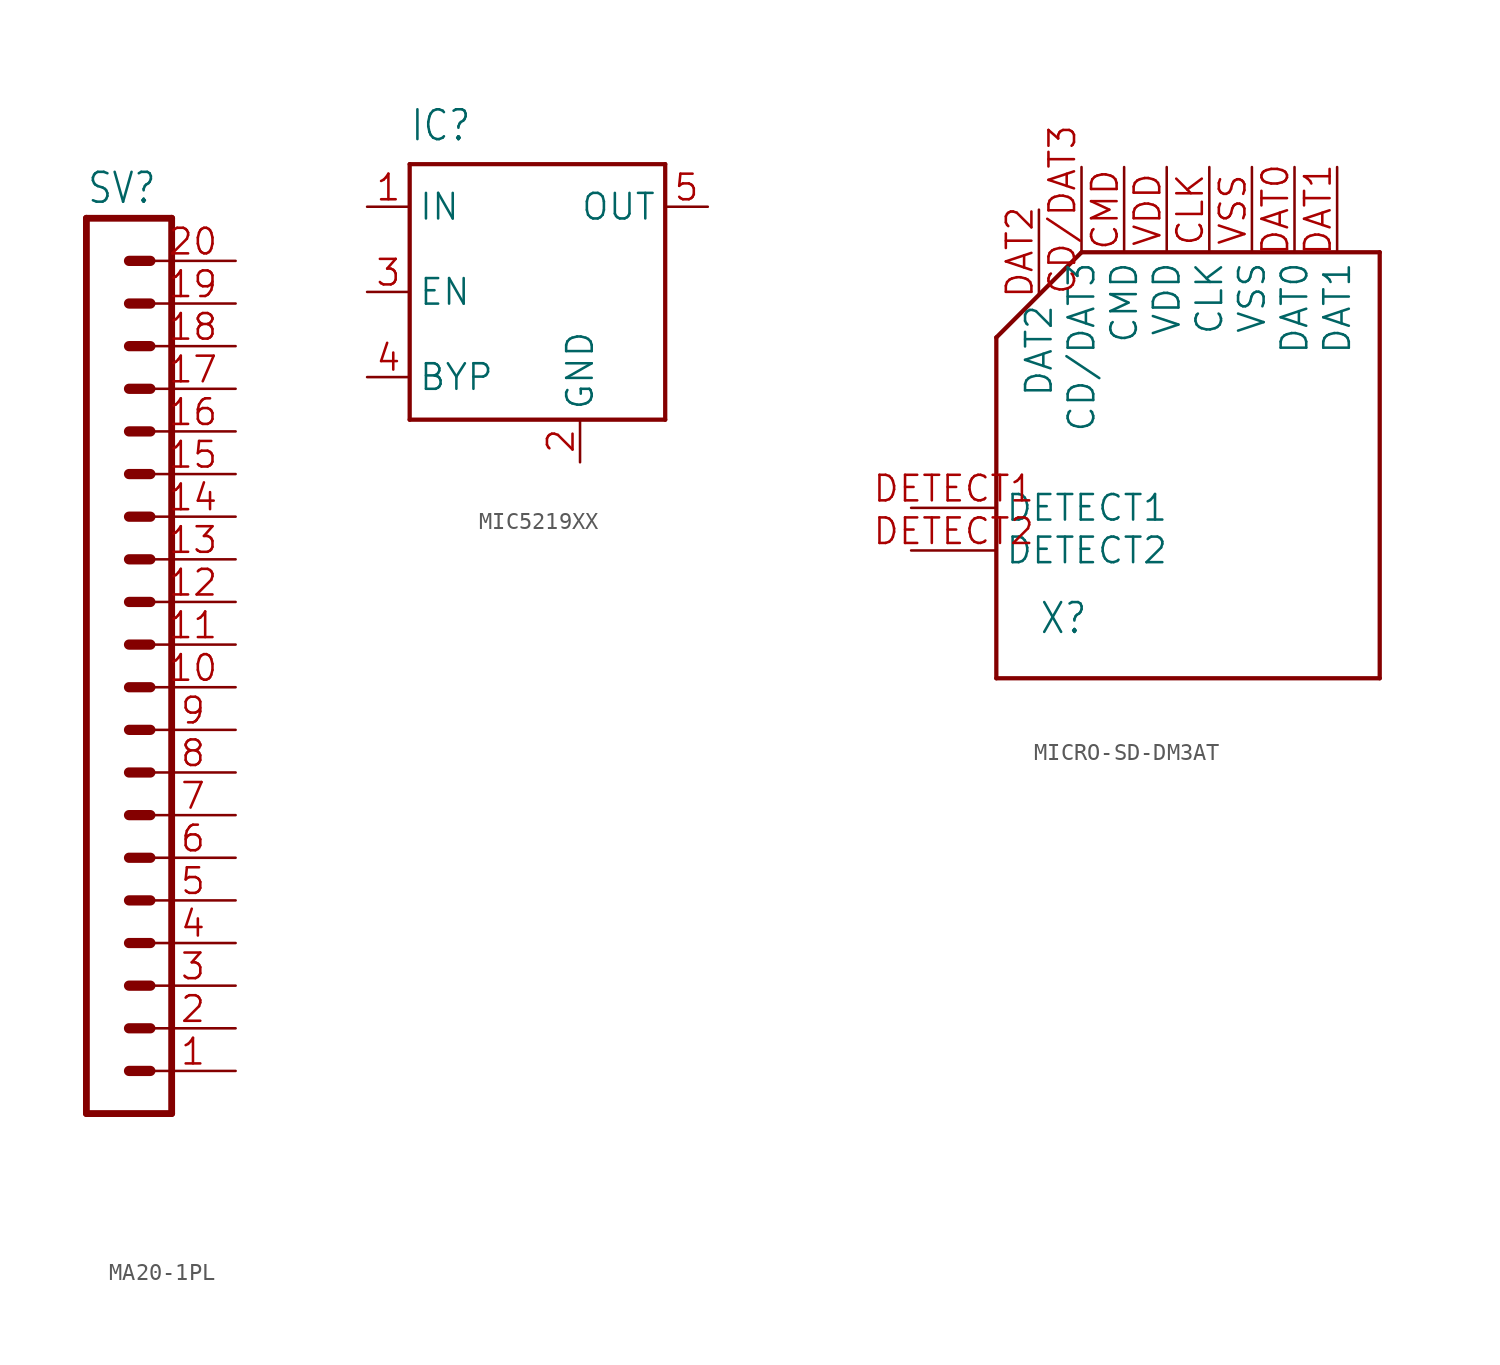
<source format=kicad_sym>
(kicad_symbol_lib
  (version 20241209)
  (generator "kicad_symbol_editor")
  (generator_version "9.0")
  (symbol "MA20-1PL"
    (property "Reference" "SV"
      (at -1.27 28.702 0)
      (effects (font (size 1.778 1.511)) (justify left bottom)))
    (property "Value" ""
      (at -1.27 -27.94 0)
      (effects (font (size 1.778 1.511)) (justify left bottom)))
    (property "ki_locked" ""
      (at 0 0 0)
      (effects (font (size 1.27 1.27))))
    (symbol "MA20-1PL_1_0"
      (polyline (pts (xy -1.27 27.94) (xy -1.27 -25.4)) (stroke (width 0.406) (type solid)) (fill (type none)))
      (polyline (pts (xy -1.27 27.94) (xy 3.81 27.94)) (stroke (width 0.406) (type solid)) (fill (type none)))
      (polyline (pts (xy 1.27 25.4) (xy 2.54 25.4)) (stroke (width 0.61) (type solid)) (fill (type none)))
      (polyline (pts (xy 1.27 22.86) (xy 2.54 22.86)) (stroke (width 0.61) (type solid)) (fill (type none)))
      (polyline (pts (xy 1.27 20.32) (xy 2.54 20.32)) (stroke (width 0.61) (type solid)) (fill (type none)))
      (polyline (pts (xy 1.27 17.78) (xy 2.54 17.78)) (stroke (width 0.61) (type solid)) (fill (type none)))
      (polyline (pts (xy 1.27 15.24) (xy 2.54 15.24)) (stroke (width 0.61) (type solid)) (fill (type none)))
      (polyline (pts (xy 1.27 12.7) (xy 2.54 12.7)) (stroke (width 0.61) (type solid)) (fill (type none)))
      (polyline (pts (xy 1.27 10.16) (xy 2.54 10.16)) (stroke (width 0.61) (type solid)) (fill (type none)))
      (polyline (pts (xy 1.27 7.62) (xy 2.54 7.62)) (stroke (width 0.61) (type solid)) (fill (type none)))
      (polyline (pts (xy 1.27 5.08) (xy 2.54 5.08)) (stroke (width 0.61) (type solid)) (fill (type none)))
      (polyline (pts (xy 1.27 2.54) (xy 2.54 2.54)) (stroke (width 0.61) (type solid)) (fill (type none)))
      (polyline (pts (xy 1.27 0) (xy 2.54 0)) (stroke (width 0.61) (type solid)) (fill (type none)))
      (polyline (pts (xy 1.27 -2.54) (xy 2.54 -2.54)) (stroke (width 0.61) (type solid)) (fill (type none)))
      (polyline (pts (xy 1.27 -5.08) (xy 2.54 -5.08)) (stroke (width 0.61) (type solid)) (fill (type none)))
      (polyline (pts (xy 1.27 -7.62) (xy 2.54 -7.62)) (stroke (width 0.61) (type solid)) (fill (type none)))
      (polyline (pts (xy 1.27 -10.16) (xy 2.54 -10.16)) (stroke (width 0.61) (type solid)) (fill (type none)))
      (polyline (pts (xy 1.27 -12.7) (xy 2.54 -12.7)) (stroke (width 0.61) (type solid)) (fill (type none)))
      (polyline (pts (xy 1.27 -15.24) (xy 2.54 -15.24)) (stroke (width 0.61) (type solid)) (fill (type none)))
      (polyline (pts (xy 1.27 -17.78) (xy 2.54 -17.78)) (stroke (width 0.61) (type solid)) (fill (type none)))
      (polyline (pts (xy 1.27 -20.32) (xy 2.54 -20.32)) (stroke (width 0.61) (type solid)) (fill (type none)))
      (polyline (pts (xy 1.27 -22.86) (xy 2.54 -22.86)) (stroke (width 0.61) (type solid)) (fill (type none)))
      (polyline (pts (xy 3.81 -25.4) (xy -1.27 -25.4)) (stroke (width 0.406) (type solid)) (fill (type none)))
      (polyline (pts (xy 3.81 -25.4) (xy 3.81 27.94)) (stroke (width 0.406) (type solid)) (fill (type none)))
      (pin passive line (at 7.62 25.4 180) (length 5.08) (name "20" (effects (font (size 0 0)))) (number "20" (effects (font (size 1.524 1.524)))))
      (pin passive line (at 7.62 22.86 180) (length 5.08) (name "19" (effects (font (size 0 0)))) (number "19" (effects (font (size 1.524 1.524)))))
      (pin passive line (at 7.62 20.32 180) (length 5.08) (name "18" (effects (font (size 0 0)))) (number "18" (effects (font (size 1.524 1.524)))))
      (pin passive line (at 7.62 17.78 180) (length 5.08) (name "17" (effects (font (size 0 0)))) (number "17" (effects (font (size 1.524 1.524)))))
      (pin passive line (at 7.62 15.24 180) (length 5.08) (name "16" (effects (font (size 0 0)))) (number "16" (effects (font (size 1.524 1.524)))))
      (pin passive line (at 7.62 12.7 180) (length 5.08) (name "15" (effects (font (size 0 0)))) (number "15" (effects (font (size 1.524 1.524)))))
      (pin passive line (at 7.62 10.16 180) (length 5.08) (name "14" (effects (font (size 0 0)))) (number "14" (effects (font (size 1.524 1.524)))))
      (pin passive line (at 7.62 7.62 180) (length 5.08) (name "13" (effects (font (size 0 0)))) (number "13" (effects (font (size 1.524 1.524)))))
      (pin passive line (at 7.62 5.08 180) (length 5.08) (name "12" (effects (font (size 0 0)))) (number "12" (effects (font (size 1.524 1.524)))))
      (pin passive line (at 7.62 2.54 180) (length 5.08) (name "11" (effects (font (size 0 0)))) (number "11" (effects (font (size 1.524 1.524)))))
      (pin passive line (at 7.62 0 180) (length 5.08) (name "10" (effects (font (size 0 0)))) (number "10" (effects (font (size 1.524 1.524)))))
      (pin passive line (at 7.62 -2.54 180) (length 5.08) (name "9" (effects (font (size 0 0)))) (number "9" (effects (font (size 1.524 1.524)))))
      (pin passive line (at 7.62 -5.08 180) (length 5.08) (name "8" (effects (font (size 0 0)))) (number "8" (effects (font (size 1.524 1.524)))))
      (pin passive line (at 7.62 -7.62 180) (length 5.08) (name "7" (effects (font (size 0 0)))) (number "7" (effects (font (size 1.524 1.524)))))
      (pin passive line (at 7.62 -10.16 180) (length 5.08) (name "6" (effects (font (size 0 0)))) (number "6" (effects (font (size 1.524 1.524)))))
      (pin passive line (at 7.62 -12.7 180) (length 5.08) (name "5" (effects (font (size 0 0)))) (number "5" (effects (font (size 1.524 1.524)))))
      (pin passive line (at 7.62 -15.24 180) (length 5.08) (name "4" (effects (font (size 0 0)))) (number "4" (effects (font (size 1.524 1.524)))))
      (pin passive line (at 7.62 -17.78 180) (length 5.08) (name "3" (effects (font (size 0 0)))) (number "3" (effects (font (size 1.524 1.524)))))
      (pin passive line (at 7.62 -20.32 180) (length 5.08) (name "2" (effects (font (size 0 0)))) (number "2" (effects (font (size 1.524 1.524)))))
      (pin passive line (at 7.62 -22.86 180) (length 5.08) (name "1" (effects (font (size 0 0)))) (number "1" (effects (font (size 1.524 1.524)))))))
  (symbol "MIC5219XX"
    (property "Reference" "IC"
      (at -7.62 8.89 0)
      (effects (font (size 1.778 1.511)) (justify left bottom)))
    (property "Value" ""
      (at 10.16 -7.62 0)
      (effects (font (size 1.778 1.511)) (justify left bottom)))
    (property "ki_locked" ""
      (at 0 0 0)
      (effects (font (size 1.27 1.27))))
    (symbol "MIC5219XX_1_0"
      (polyline (pts (xy -7.62 7.62) (xy 7.62 7.62)) (stroke (width 0.254) (type solid)) (fill (type none)))
      (polyline (pts (xy -7.62 -7.62) (xy -7.62 7.62)) (stroke (width 0.254) (type solid)) (fill (type none)))
      (polyline (pts (xy 7.62 7.62) (xy 7.62 -7.62)) (stroke (width 0.254) (type solid)) (fill (type none)))
      (polyline (pts (xy 7.62 -7.62) (xy -7.62 -7.62)) (stroke (width 0.254) (type solid)) (fill (type none)))
      (pin input line (at -10.16 5.08 0) (length 2.54) (name "IN" (effects (font (size 1.524 1.524)))) (number "1" (effects (font (size 1.524 1.524)))))
      (pin input line (at -10.16 0 0) (length 2.54) (name "EN" (effects (font (size 1.524 1.524)))) (number "3" (effects (font (size 1.524 1.524)))))
      (pin passive line (at -10.16 -5.08 0) (length 2.54) (name "BYP" (effects (font (size 1.524 1.524)))) (number "4" (effects (font (size 1.524 1.524)))))
      (pin power_in line (at 2.54 -10.16 90) (length 2.54) (name "GND" (effects (font (size 1.524 1.524)))) (number "2" (effects (font (size 1.524 1.524)))))
      (pin output line (at 10.16 5.08 180) (length 2.54) (name "OUT" (effects (font (size 1.524 1.524)))) (number "5" (effects (font (size 1.524 1.524)))))))
  (symbol "MICRO-SD-DM3AT"
    (property "Reference" "X"
      (at -10.16 -12.7 0)
      (effects (font (size 1.778 1.511)) (justify left bottom)))
    (property "ki_locked" ""
      (at 0 0 0)
      (effects (font (size 1.27 1.27))))
    (symbol "MICRO-SD-DM3AT_1_0"
      (polyline (pts (xy -12.7 5.08) (xy -12.7 -15.24)) (stroke (width 0.254) (type solid)) (fill (type none)))
      (polyline (pts (xy -12.7 -15.24) (xy 10.16 -15.24)) (stroke (width 0.254) (type solid)) (fill (type none)))
      (polyline (pts (xy -7.62 10.16) (xy -12.7 5.08)) (stroke (width 0.254) (type solid)) (fill (type none)))
      (polyline (pts (xy 10.16 10.16) (xy -7.62 10.16)) (stroke (width 0.254) (type solid)) (fill (type none)))
      (polyline (pts (xy 10.16 -15.24) (xy 10.16 10.16)) (stroke (width 0.254) (type solid)) (fill (type none)))
      (pin bidirectional line (at -17.78 -5.08 0) (length 5.08) (name "DETECT1" (effects (font (size 1.524 1.524)))) (number "DETECT1" (effects (font (size 1.524 1.524)))))
      (pin bidirectional line (at -17.78 -7.62 0) (length 5.08) (name "DETECT2" (effects (font (size 1.524 1.524)))) (number "DETECT2" (effects (font (size 1.524 1.524)))))
      (pin bidirectional line (at -10.16 12.7 270) (length 5.08) (name "DAT2" (effects (font (size 1.524 1.524)))) (number "DAT2" (effects (font (size 1.524 1.524)))))
      (pin bidirectional line (at -7.62 15.24 270) (length 5.08) (name "CD/DAT3" (effects (font (size 1.524 1.524)))) (number "CD/DAT3" (effects (font (size 1.524 1.524)))))
      (pin bidirectional line (at -5.08 15.24 270) (length 5.08) (name "CMD" (effects (font (size 1.524 1.524)))) (number "CMD" (effects (font (size 1.524 1.524)))))
      (pin power_in line (at -2.54 15.24 270) (length 5.08) (name "VDD" (effects (font (size 1.524 1.524)))) (number "VDD" (effects (font (size 1.524 1.524)))))
      (pin bidirectional line (at 0 15.24 270) (length 5.08) (name "CLK" (effects (font (size 1.524 1.524)))) (number "CLK" (effects (font (size 1.524 1.524)))))
      (pin power_in line (at 2.54 15.24 270) (length 5.08) (name "VSS" (effects (font (size 1.524 1.524)))) (number "VSS" (effects (font (size 1.524 1.524)))))
      (pin bidirectional line (at 5.08 15.24 270) (length 5.08) (name "DAT0" (effects (font (size 1.524 1.524)))) (number "DAT0" (effects (font (size 1.524 1.524)))))
      (pin bidirectional line (at 7.62 15.24 270) (length 5.08) (name "DAT1" (effects (font (size 1.524 1.524)))) (number "DAT1" (effects (font (size 1.524 1.524))))))))
</source>
